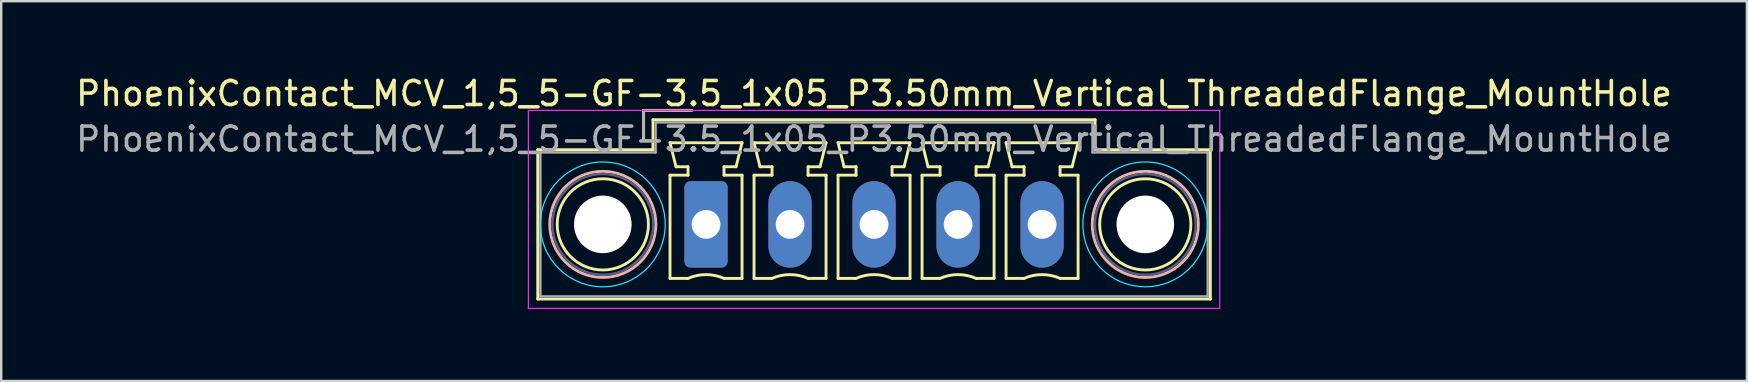
<source format=kicad_pcb>
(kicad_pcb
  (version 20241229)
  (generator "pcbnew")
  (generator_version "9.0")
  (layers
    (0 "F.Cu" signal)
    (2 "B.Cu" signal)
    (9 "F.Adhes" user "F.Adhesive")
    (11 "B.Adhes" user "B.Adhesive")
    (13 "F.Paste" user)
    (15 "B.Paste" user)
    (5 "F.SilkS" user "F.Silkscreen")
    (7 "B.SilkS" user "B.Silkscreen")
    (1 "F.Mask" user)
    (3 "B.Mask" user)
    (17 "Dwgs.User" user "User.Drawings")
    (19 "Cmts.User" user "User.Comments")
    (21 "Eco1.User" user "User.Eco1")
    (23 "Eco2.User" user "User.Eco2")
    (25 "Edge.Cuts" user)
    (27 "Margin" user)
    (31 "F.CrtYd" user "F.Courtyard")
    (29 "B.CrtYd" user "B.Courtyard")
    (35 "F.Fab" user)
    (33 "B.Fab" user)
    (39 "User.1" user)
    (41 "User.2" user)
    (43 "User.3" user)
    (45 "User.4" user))
  (footprint "PhoenixContact_MCV_1,5_5-GF-3.5_1x05_P3.50mm_Vertical_ThreadedFlange_MountHole"
    (layer "F.Cu")
    (at 26.363 6.298)
    (property "Reference" "PhoenixContact_MCV_1,5_5-GF-3.5_1x05_P3.50mm_Vertical_ThreadedFlange_MountHole" (at 7 -5.45 0) (layer "F.SilkS") (effects (font (size 1 1) (thickness 0.15))))
    (attr through_hole)
    (fp_line (start -7.01 -3.11) (end -7.01 3.11) (stroke (width 0.12) (type solid)) (layer "F.SilkS"))
    (fp_line (start -7.01 3.11) (end 21.01 3.11) (stroke (width 0.12) (type solid)) (layer "F.SilkS"))
    (fp_line (start -2.6 -4.75) (end -0.6 -4.75) (stroke (width 0.12) (type solid)) (layer "F.SilkS"))
    (fp_line (start -2.6 -3.5) (end -2.6 -4.75) (stroke (width 0.12) (type solid)) (layer "F.SilkS"))
    (fp_line (start -2.21 -4.36) (end -2.21 -3.11) (stroke (width 0.12) (type solid)) (layer "F.SilkS"))
    (fp_line (start -2.21 -3.11) (end -7.01 -3.11) (stroke (width 0.12) (type solid)) (layer "F.SilkS"))
    (fp_line (start -1.5 -3.4) (end 1.5 -3.4) (stroke (width 0.12) (type solid)) (layer "F.SilkS"))
    (fp_line (start -1.5 -2.05) (end -0.75 -2.05) (stroke (width 0.12) (type solid)) (layer "F.SilkS"))
    (fp_line (start -1.5 2.25) (end -1.5 -2.05) (stroke (width 0.12) (type solid)) (layer "F.SilkS"))
    (fp_line (start -1.25 -2.4) (end -1.5 -3.4) (stroke (width 0.12) (type solid)) (layer "F.SilkS"))
    (fp_line (start -0.75 -2.4) (end -1.25 -2.4) (stroke (width 0.12) (type solid)) (layer "F.SilkS"))
    (fp_line (start -0.75 -2.05) (end -0.75 -2.4) (stroke (width 0.12) (type solid)) (layer "F.SilkS"))
    (fp_line (start -0.75 2.25) (end -1.5 2.25) (stroke (width 0.12) (type solid)) (layer "F.SilkS"))
    (fp_line (start 0.75 -2.4) (end 0.75 -2.05) (stroke (width 0.12) (type solid)) (layer "F.SilkS"))
    (fp_line (start 0.75 -2.05) (end 1.5 -2.05) (stroke (width 0.12) (type solid)) (layer "F.SilkS"))
    (fp_line (start 1.25 -2.4) (end 0.75 -2.4) (stroke (width 0.12) (type solid)) (layer "F.SilkS"))
    (fp_line (start 1.5 -3.4) (end 1.25 -2.4) (stroke (width 0.12) (type solid)) (layer "F.SilkS"))
    (fp_line (start 1.5 -2.05) (end 1.5 2.25) (stroke (width 0.12) (type solid)) (layer "F.SilkS"))
    (fp_line (start 1.5 2.25) (end 0.75 2.25) (stroke (width 0.12) (type solid)) (layer "F.SilkS"))
    (fp_line (start 2 -3.4) (end 5 -3.4) (stroke (width 0.12) (type solid)) (layer "F.SilkS"))
    (fp_line (start 2 -2.05) (end 2.75 -2.05) (stroke (width 0.12) (type solid)) (layer "F.SilkS"))
    (fp_line (start 2 2.25) (end 2 -2.05) (stroke (width 0.12) (type solid)) (layer "F.SilkS"))
    (fp_line (start 2.25 -2.4) (end 2 -3.4) (stroke (width 0.12) (type solid)) (layer "F.SilkS"))
    (fp_line (start 2.75 -2.4) (end 2.25 -2.4) (stroke (width 0.12) (type solid)) (layer "F.SilkS"))
    (fp_line (start 2.75 -2.05) (end 2.75 -2.4) (stroke (width 0.12) (type solid)) (layer "F.SilkS"))
    (fp_line (start 2.75 2.25) (end 2 2.25) (stroke (width 0.12) (type solid)) (layer "F.SilkS"))
    (fp_line (start 4.25 -2.4) (end 4.25 -2.05) (stroke (width 0.12) (type solid)) (layer "F.SilkS"))
    (fp_line (start 4.25 -2.05) (end 5 -2.05) (stroke (width 0.12) (type solid)) (layer "F.SilkS"))
    (fp_line (start 4.75 -2.4) (end 4.25 -2.4) (stroke (width 0.12) (type solid)) (layer "F.SilkS"))
    (fp_line (start 5 -3.4) (end 4.75 -2.4) (stroke (width 0.12) (type solid)) (layer "F.SilkS"))
    (fp_line (start 5 -2.05) (end 5 2.25) (stroke (width 0.12) (type solid)) (layer "F.SilkS"))
    (fp_line (start 5 2.25) (end 4.25 2.25) (stroke (width 0.12) (type solid)) (layer "F.SilkS"))
    (fp_line (start 5.5 -3.4) (end 8.5 -3.4) (stroke (width 0.12) (type solid)) (layer "F.SilkS"))
    (fp_line (start 5.5 -2.05) (end 6.25 -2.05) (stroke (width 0.12) (type solid)) (layer "F.SilkS"))
    (fp_line (start 5.5 2.25) (end 5.5 -2.05) (stroke (width 0.12) (type solid)) (layer "F.SilkS"))
    (fp_line (start 5.75 -2.4) (end 5.5 -3.4) (stroke (width 0.12) (type solid)) (layer "F.SilkS"))
    (fp_line (start 6.25 -2.4) (end 5.75 -2.4) (stroke (width 0.12) (type solid)) (layer "F.SilkS"))
    (fp_line (start 6.25 -2.05) (end 6.25 -2.4) (stroke (width 0.12) (type solid)) (layer "F.SilkS"))
    (fp_line (start 6.25 2.25) (end 5.5 2.25) (stroke (width 0.12) (type solid)) (layer "F.SilkS"))
    (fp_line (start 7.75 -2.4) (end 7.75 -2.05) (stroke (width 0.12) (type solid)) (layer "F.SilkS"))
    (fp_line (start 7.75 -2.05) (end 8.5 -2.05) (stroke (width 0.12) (type solid)) (layer "F.SilkS"))
    (fp_line (start 8.25 -2.4) (end 7.75 -2.4) (stroke (width 0.12) (type solid)) (layer "F.SilkS"))
    (fp_line (start 8.5 -3.4) (end 8.25 -2.4) (stroke (width 0.12) (type solid)) (layer "F.SilkS"))
    (fp_line (start 8.5 -2.05) (end 8.5 2.25) (stroke (width 0.12) (type solid)) (layer "F.SilkS"))
    (fp_line (start 8.5 2.25) (end 7.75 2.25) (stroke (width 0.12) (type solid)) (layer "F.SilkS"))
    (fp_line (start 9 -3.4) (end 12 -3.4) (stroke (width 0.12) (type solid)) (layer "F.SilkS"))
    (fp_line (start 9 -2.05) (end 9.75 -2.05) (stroke (width 0.12) (type solid)) (layer "F.SilkS"))
    (fp_line (start 9 2.25) (end 9 -2.05) (stroke (width 0.12) (type solid)) (layer "F.SilkS"))
    (fp_line (start 9.25 -2.4) (end 9 -3.4) (stroke (width 0.12) (type solid)) (layer "F.SilkS"))
    (fp_line (start 9.75 -2.4) (end 9.25 -2.4) (stroke (width 0.12) (type solid)) (layer "F.SilkS"))
    (fp_line (start 9.75 -2.05) (end 9.75 -2.4) (stroke (width 0.12) (type solid)) (layer "F.SilkS"))
    (fp_line (start 9.75 2.25) (end 9 2.25) (stroke (width 0.12) (type solid)) (layer "F.SilkS"))
    (fp_line (start 11.25 -2.4) (end 11.25 -2.05) (stroke (width 0.12) (type solid)) (layer "F.SilkS"))
    (fp_line (start 11.25 -2.05) (end 12 -2.05) (stroke (width 0.12) (type solid)) (layer "F.SilkS"))
    (fp_line (start 11.75 -2.4) (end 11.25 -2.4) (stroke (width 0.12) (type solid)) (layer "F.SilkS"))
    (fp_line (start 12 -3.4) (end 11.75 -2.4) (stroke (width 0.12) (type solid)) (layer "F.SilkS"))
    (fp_line (start 12 -2.05) (end 12 2.25) (stroke (width 0.12) (type solid)) (layer "F.SilkS"))
    (fp_line (start 12 2.25) (end 11.25 2.25) (stroke (width 0.12) (type solid)) (layer "F.SilkS"))
    (fp_line (start 12.5 -3.4) (end 15.5 -3.4) (stroke (width 0.12) (type solid)) (layer "F.SilkS"))
    (fp_line (start 12.5 -2.05) (end 13.25 -2.05) (stroke (width 0.12) (type solid)) (layer "F.SilkS"))
    (fp_line (start 12.5 2.25) (end 12.5 -2.05) (stroke (width 0.12) (type solid)) (layer "F.SilkS"))
    (fp_line (start 12.75 -2.4) (end 12.5 -3.4) (stroke (width 0.12) (type solid)) (layer "F.SilkS"))
    (fp_line (start 13.25 -2.4) (end 12.75 -2.4) (stroke (width 0.12) (type solid)) (layer "F.SilkS"))
    (fp_line (start 13.25 -2.05) (end 13.25 -2.4) (stroke (width 0.12) (type solid)) (layer "F.SilkS"))
    (fp_line (start 13.25 2.25) (end 12.5 2.25) (stroke (width 0.12) (type solid)) (layer "F.SilkS"))
    (fp_line (start 14.75 -2.4) (end 14.75 -2.05) (stroke (width 0.12) (type solid)) (layer "F.SilkS"))
    (fp_line (start 14.75 -2.05) (end 15.5 -2.05) (stroke (width 0.12) (type solid)) (layer "F.SilkS"))
    (fp_line (start 15.25 -2.4) (end 14.75 -2.4) (stroke (width 0.12) (type solid)) (layer "F.SilkS"))
    (fp_line (start 15.5 -3.4) (end 15.25 -2.4) (stroke (width 0.12) (type solid)) (layer "F.SilkS"))
    (fp_line (start 15.5 -2.05) (end 15.5 2.25) (stroke (width 0.12) (type solid)) (layer "F.SilkS"))
    (fp_line (start 15.5 2.25) (end 14.75 2.25) (stroke (width 0.12) (type solid)) (layer "F.SilkS"))
    (fp_line (start 16.21 -4.36) (end -2.21 -4.36) (stroke (width 0.12) (type solid)) (layer "F.SilkS"))
    (fp_line (start 16.21 -3.11) (end 16.21 -4.36) (stroke (width 0.12) (type solid)) (layer "F.SilkS"))
    (fp_line (start 21.01 -3.11) (end 16.21 -3.11) (stroke (width 0.12) (type solid)) (layer "F.SilkS"))
    (fp_line (start 21.01 3.11) (end 21.01 -3.11) (stroke (width 0.12) (type solid)) (layer "F.SilkS"))
    (fp_arc (start -0.75 2.25) (mid -0.000193 2.09191) (end 0.749647 2.249844) (stroke (width 0.12) (type solid)) (layer "F.SilkS"))
    (fp_arc (start 2.75 2.25) (mid 3.499807 2.09191) (end 4.249647 2.249844) (stroke (width 0.12) (type solid)) (layer "F.SilkS"))
    (fp_arc (start 6.25 2.25) (mid 6.999807 2.09191) (end 7.749647 2.249844) (stroke (width 0.12) (type solid)) (layer "F.SilkS"))
    (fp_arc (start 9.75 2.25) (mid 10.499807 2.09191) (end 11.249647 2.249844) (stroke (width 0.12) (type solid)) (layer "F.SilkS"))
    (fp_arc (start 13.25 2.25) (mid 13.999807 2.09191) (end 14.749647 2.249844) (stroke (width 0.12) (type solid)) (layer "F.SilkS"))
    (fp_circle (center -4.3 0) (end -2.4 0) (stroke (width 0.12) (type solid)) (fill no) (layer "F.SilkS"))
    (fp_circle (center 18.3 0) (end 20.2 0) (stroke (width 0.12) (type solid)) (fill no) (layer "F.SilkS"))
    (fp_circle (center -4.3 0) (end -2.09 0) (stroke (width 0.12) (type solid)) (fill no) (layer "B.SilkS"))
    (fp_circle (center 18.3 0) (end 20.51 0) (stroke (width 0.12) (type solid)) (fill no) (layer "B.SilkS"))
    (fp_circle (center -4.3 0) (end -1.7 0) (stroke (width 0.05) (type solid)) (fill no) (layer "B.CrtYd"))
    (fp_circle (center 18.3 0) (end 20.9 0) (stroke (width 0.05) (type solid)) (fill no) (layer "B.CrtYd"))
    (fp_line (start -7.4 -4.75) (end -7.4 3.5) (stroke (width 0.05) (type solid)) (layer "F.CrtYd"))
    (fp_line (start -7.4 3.5) (end 21.4 3.5) (stroke (width 0.05) (type solid)) (layer "F.CrtYd"))
    (fp_line (start 21.4 -4.75) (end -7.4 -4.75) (stroke (width 0.05) (type solid)) (layer "F.CrtYd"))
    (fp_line (start 21.4 3.5) (end 21.4 -4.75) (stroke (width 0.05) (type solid)) (layer "F.CrtYd"))
    (fp_circle (center -4.3 0) (end -2.2 0) (stroke (width 0.1) (type solid)) (fill no) (layer "B.Fab"))
    (fp_circle (center 18.3 0) (end 20.4 0) (stroke (width 0.1) (type solid)) (fill no) (layer "B.Fab"))
    (fp_line (start -6.9 -3) (end -6.9 3) (stroke (width 0.1) (type solid)) (layer "F.Fab"))
    (fp_line (start -6.9 3) (end 20.9 3) (stroke (width 0.1) (type solid)) (layer "F.Fab"))
    (fp_line (start -2.6 -4.75) (end -0.6 -4.75) (stroke (width 0.1) (type solid)) (layer "F.Fab"))
    (fp_line (start -2.6 -3.5) (end -2.6 -4.75) (stroke (width 0.1) (type solid)) (layer "F.Fab"))
    (fp_line (start -2.1 -4.25) (end -2.1 -3) (stroke (width 0.1) (type solid)) (layer "F.Fab"))
    (fp_line (start -2.1 -3) (end -6.9 -3) (stroke (width 0.1) (type solid)) (layer "F.Fab"))
    (fp_line (start 16.1 -4.25) (end -2.1 -4.25) (stroke (width 0.1) (type solid)) (layer "F.Fab"))
    (fp_line (start 16.1 -3) (end 16.1 -4.25) (stroke (width 0.1) (type solid)) (layer "F.Fab"))
    (fp_line (start 20.9 -3) (end 16.1 -3) (stroke (width 0.1) (type solid)) (layer "F.Fab"))
    (fp_line (start 20.9 3) (end 20.9 -3) (stroke (width 0.1) (type solid)) (layer "F.Fab"))
    (fp_text user "${REFERENCE}" (at 7 -3.55 0) (layer "F.Fab") (effects (font (size 1 1) (thickness 0.15))))
    (pad "" np_thru_hole circle (at -4.3 0) (size 2.4 2.4) (drill 2.4) (layers "*.Cu" "*.Mask"))
    (pad "" np_thru_hole circle (at 18.3 0) (size 2.4 2.4) (drill 2.4) (layers "*.Cu" "*.Mask"))
    (pad "1" thru_hole roundrect (at 0 0) (size 1.8 3.6) (drill 1.2) (layers "*.Cu" "*.Mask") (roundrect_rratio 0.139))
    (pad "2" thru_hole oval (at 3.5 0) (size 1.8 3.6) (drill 1.2) (layers "*.Cu" "*.Mask"))
    (pad "3" thru_hole oval (at 7 0) (size 1.8 3.6) (drill 1.2) (layers "*.Cu" "*.Mask"))
    (pad "4" thru_hole oval (at 10.5 0) (size 1.8 3.6) (drill 1.2) (layers "*.Cu" "*.Mask"))
    (pad "5" thru_hole oval (at 14 0) (size 1.8 3.6) (drill 1.2) (layers "*.Cu" "*.Mask")))
  (gr_rect
    (start -3 -3)
    (end 69.726 12.823)
    (stroke (width 0.1) (type default))
    (fill no)
    (layer "Edge.Cuts")))
</source>
